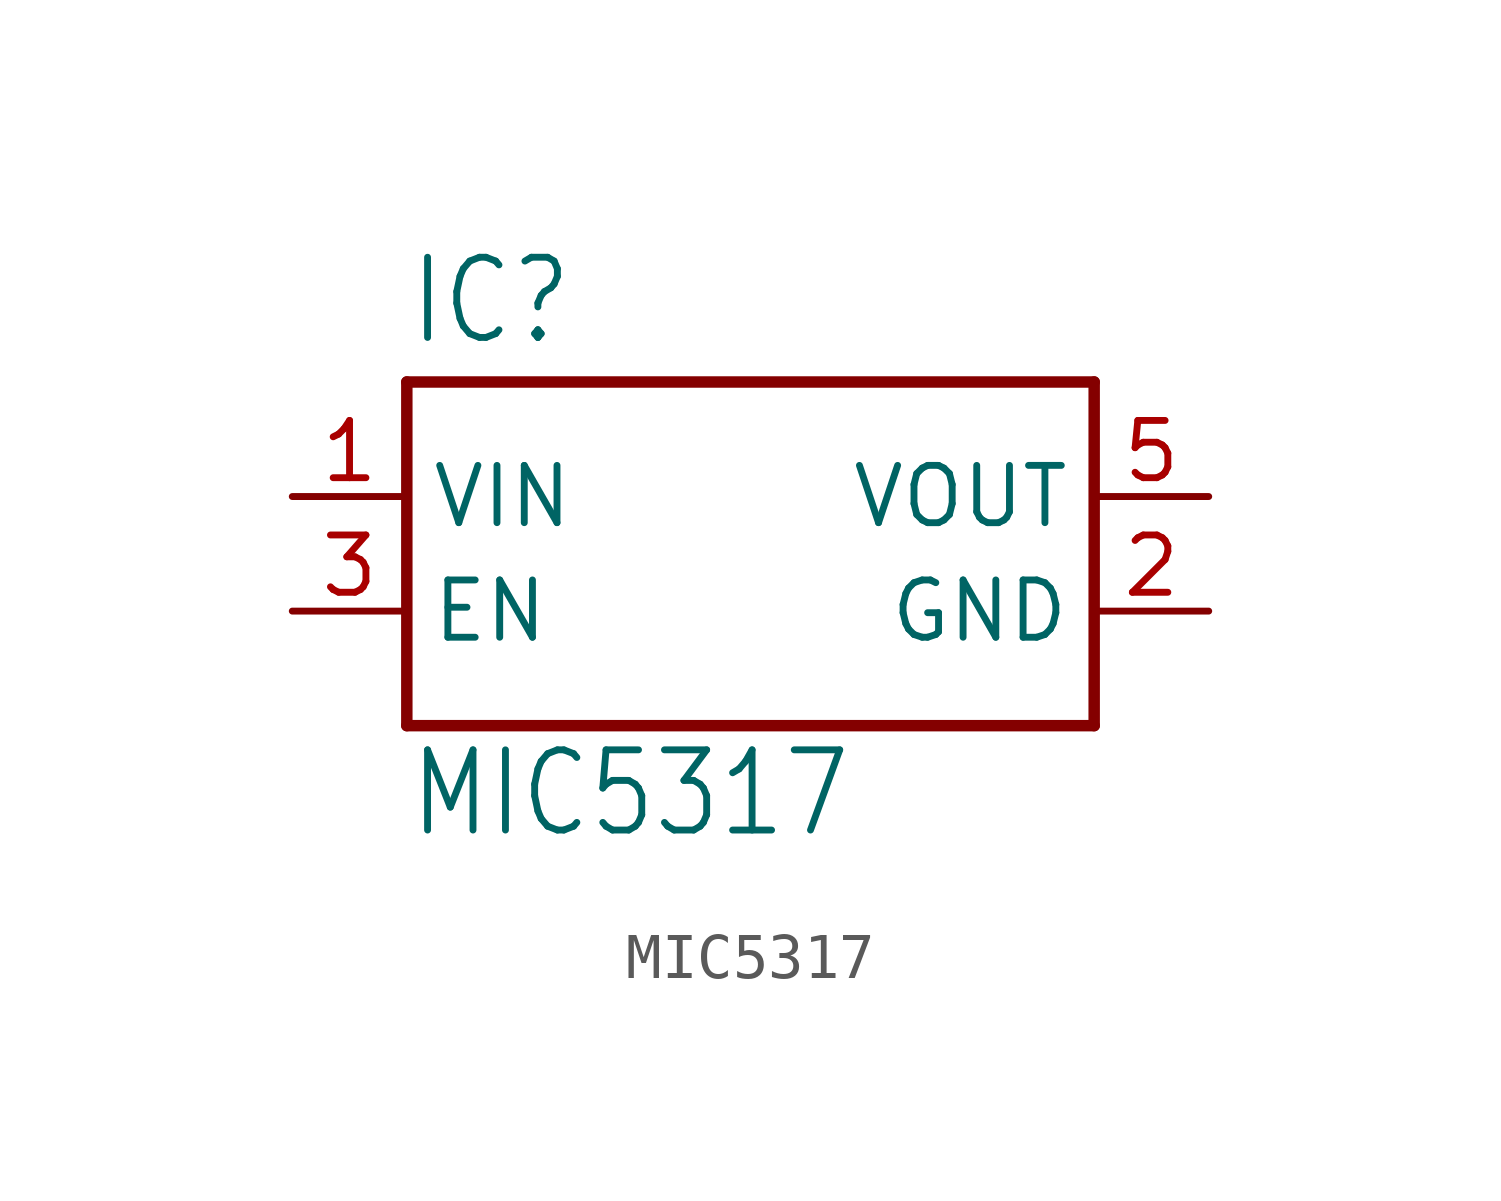
<source format=kicad_sym>
(kicad_symbol_lib
  (version 20211014)
  (generator kicad_symbol_editor)
  (symbol "MIC5317"
    (property "Reference" "IC"
      (at -7.62 3.302 0)
      (effects (font (size 1.778 1.511)) (justify left bottom)))
    (property "Value" "MIC5317"
      (at -7.62 -7.62 0)
      (effects (font (size 1.778 1.511)) (justify left bottom)))
    (property "ki_locked" ""
      (at 0 0 0)
      (effects (font (size 1.27 1.27))))
    (symbol "MIC5317_1_0"
      (polyline (pts (xy -7.62 -5.08) (xy -7.62 2.54)) (stroke (width 0.254) (type default) (color 0 0 0 0)) (fill (type none)))
      (polyline (pts (xy -7.62 2.54) (xy 7.62 2.54)) (stroke (width 0.254) (type default) (color 0 0 0 0)) (fill (type none)))
      (polyline (pts (xy 7.62 -5.08) (xy -7.62 -5.08)) (stroke (width 0.254) (type default) (color 0 0 0 0)) (fill (type none)))
      (polyline (pts (xy 7.62 2.54) (xy 7.62 -5.08)) (stroke (width 0.254) (type default) (color 0 0 0 0)) (fill (type none)))
      (pin bidirectional line (at -10.16 0 0) (length 2.54) (name "VIN" (effects (font (size 1.27 1.27)))) (number "1" (effects (font (size 1.27 1.27)))))
      (pin bidirectional line (at 10.16 -2.54 180) (length 2.54) (name "GND" (effects (font (size 1.27 1.27)))) (number "2" (effects (font (size 1.27 1.27)))))
      (pin bidirectional line (at -10.16 -2.54 0) (length 2.54) (name "EN" (effects (font (size 1.27 1.27)))) (number "3" (effects (font (size 1.27 1.27)))))
      (pin bidirectional line (at 10.16 0 180) (length 2.54) (name "VOUT" (effects (font (size 1.27 1.27)))) (number "5" (effects (font (size 1.27 1.27))))))))
</source>
